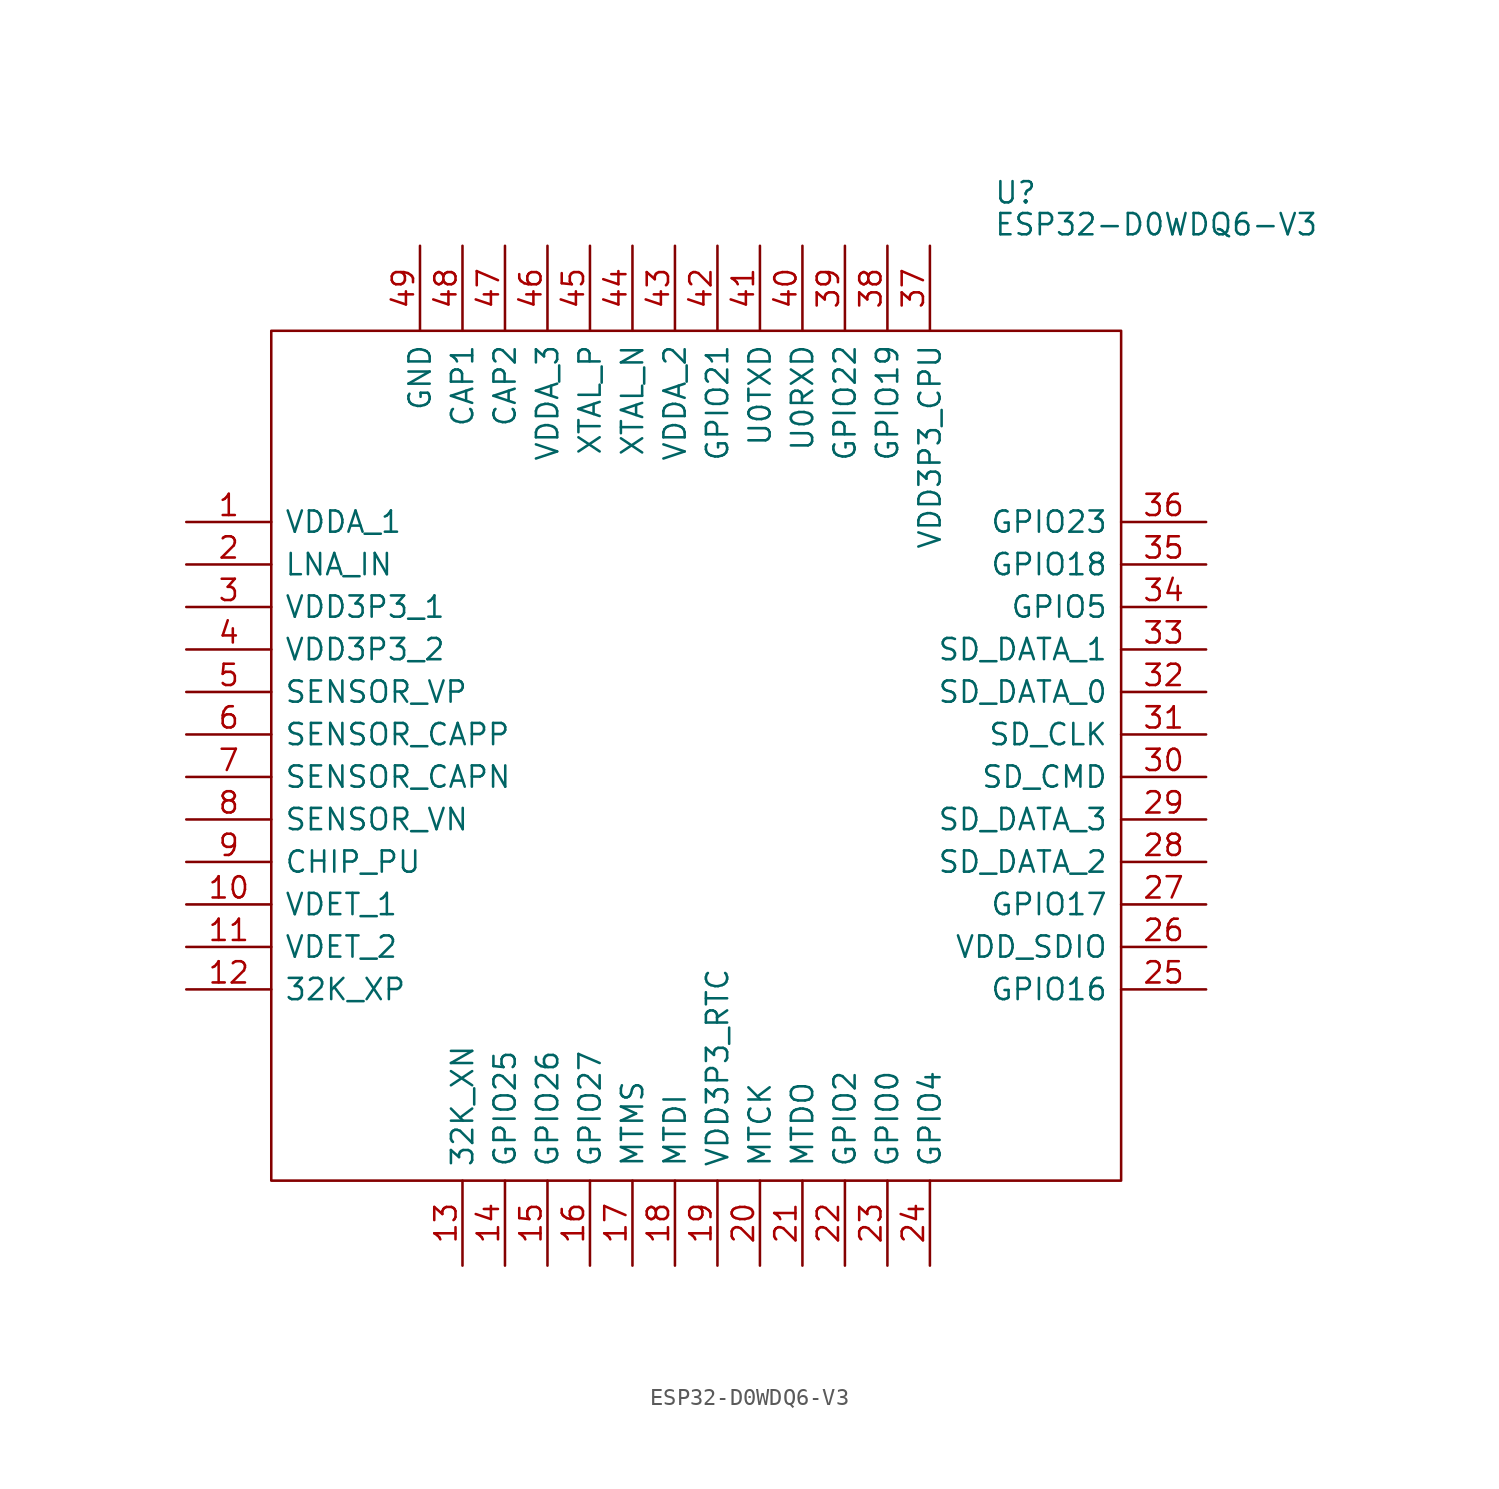
<source format=kicad_sym>
(kicad_symbol_lib
  (version 20211014)
  (generator kicad_symbol_editor)
  (symbol "ESP32-D0WDQ6-V3"
    (pin_names
      (offset 0.762))
    (property "Reference" "U"
      (at 17.78 33.655 0)
      (effects (font (size 1.27 1.27)) (justify left)))
    (property "Value" "ESP32-D0WDQ6-V3"
      (at 17.78 31.75 0)
      (effects (font (size 1.27 1.27)) (justify left)))
    (property "Symbol" ""
      (at 0 0 0)
      (effects (font (size 1.27 1.27)) (justify left)))
    (symbol "ESP32-D0WDQ6-V3_0_0"
      (pin passive line (at -30.48 13.97 0) (length 5.08) (name "VDDA_1" (effects (font (size 1.27 1.27)))) (number "1" (effects (font (size 1.27 1.27)))))
      (pin passive line (at -30.48 -8.89 0) (length 5.08) (name "VDET_1" (effects (font (size 1.27 1.27)))) (number "10" (effects (font (size 1.27 1.27)))))
      (pin passive line (at -30.48 -11.43 0) (length 5.08) (name "VDET_2" (effects (font (size 1.27 1.27)))) (number "11" (effects (font (size 1.27 1.27)))))
      (pin passive line (at -30.48 -13.97 0) (length 5.08) (name "32K_XP" (effects (font (size 1.27 1.27)))) (number "12" (effects (font (size 1.27 1.27)))))
      (pin passive line (at -13.97 -30.48 90) (length 5.08) (name "32K_XN" (effects (font (size 1.27 1.27)))) (number "13" (effects (font (size 1.27 1.27)))))
      (pin passive line (at -11.43 -30.48 90) (length 5.08) (name "GPIO25" (effects (font (size 1.27 1.27)))) (number "14" (effects (font (size 1.27 1.27)))))
      (pin passive line (at -8.89 -30.48 90) (length 5.08) (name "GPIO26" (effects (font (size 1.27 1.27)))) (number "15" (effects (font (size 1.27 1.27)))))
      (pin passive line (at -6.35 -30.48 90) (length 5.08) (name "GPIO27" (effects (font (size 1.27 1.27)))) (number "16" (effects (font (size 1.27 1.27)))))
      (pin passive line (at -3.81 -30.48 90) (length 5.08) (name "MTMS" (effects (font (size 1.27 1.27)))) (number "17" (effects (font (size 1.27 1.27)))))
      (pin passive line (at -1.27 -30.48 90) (length 5.08) (name "MTDI" (effects (font (size 1.27 1.27)))) (number "18" (effects (font (size 1.27 1.27)))))
      (pin passive line (at 1.27 -30.48 90) (length 5.08) (name "VDD3P3_RTC" (effects (font (size 1.27 1.27)))) (number "19" (effects (font (size 1.27 1.27)))))
      (pin passive line (at -30.48 11.43 0) (length 5.08) (name "LNA_IN" (effects (font (size 1.27 1.27)))) (number "2" (effects (font (size 1.27 1.27)))))
      (pin passive line (at 3.81 -30.48 90) (length 5.08) (name "MTCK" (effects (font (size 1.27 1.27)))) (number "20" (effects (font (size 1.27 1.27)))))
      (pin passive line (at 6.35 -30.48 90) (length 5.08) (name "MTDO" (effects (font (size 1.27 1.27)))) (number "21" (effects (font (size 1.27 1.27)))))
      (pin passive line (at 8.89 -30.48 90) (length 5.08) (name "GPIO2" (effects (font (size 1.27 1.27)))) (number "22" (effects (font (size 1.27 1.27)))))
      (pin passive line (at 11.43 -30.48 90) (length 5.08) (name "GPIO0" (effects (font (size 1.27 1.27)))) (number "23" (effects (font (size 1.27 1.27)))))
      (pin passive line (at 13.97 -30.48 90) (length 5.08) (name "GPIO4" (effects (font (size 1.27 1.27)))) (number "24" (effects (font (size 1.27 1.27)))))
      (pin passive line (at 30.48 -13.97 180) (length 5.08) (name "GPIO16" (effects (font (size 1.27 1.27)))) (number "25" (effects (font (size 1.27 1.27)))))
      (pin passive line (at 30.48 -11.43 180) (length 5.08) (name "VDD_SDIO" (effects (font (size 1.27 1.27)))) (number "26" (effects (font (size 1.27 1.27)))))
      (pin passive line (at 30.48 -8.89 180) (length 5.08) (name "GPIO17" (effects (font (size 1.27 1.27)))) (number "27" (effects (font (size 1.27 1.27)))))
      (pin passive line (at 30.48 -6.35 180) (length 5.08) (name "SD_DATA_2" (effects (font (size 1.27 1.27)))) (number "28" (effects (font (size 1.27 1.27)))))
      (pin passive line (at 30.48 -3.81 180) (length 5.08) (name "SD_DATA_3" (effects (font (size 1.27 1.27)))) (number "29" (effects (font (size 1.27 1.27)))))
      (pin passive line (at -30.48 8.89 0) (length 5.08) (name "VDD3P3_1" (effects (font (size 1.27 1.27)))) (number "3" (effects (font (size 1.27 1.27)))))
      (pin passive line (at 30.48 -1.27 180) (length 5.08) (name "SD_CMD" (effects (font (size 1.27 1.27)))) (number "30" (effects (font (size 1.27 1.27)))))
      (pin passive line (at 30.48 1.27 180) (length 5.08) (name "SD_CLK" (effects (font (size 1.27 1.27)))) (number "31" (effects (font (size 1.27 1.27)))))
      (pin passive line (at 30.48 3.81 180) (length 5.08) (name "SD_DATA_0" (effects (font (size 1.27 1.27)))) (number "32" (effects (font (size 1.27 1.27)))))
      (pin passive line (at 30.48 6.35 180) (length 5.08) (name "SD_DATA_1" (effects (font (size 1.27 1.27)))) (number "33" (effects (font (size 1.27 1.27)))))
      (pin passive line (at 30.48 8.89 180) (length 5.08) (name "GPIO5" (effects (font (size 1.27 1.27)))) (number "34" (effects (font (size 1.27 1.27)))))
      (pin passive line (at 30.48 11.43 180) (length 5.08) (name "GPIO18" (effects (font (size 1.27 1.27)))) (number "35" (effects (font (size 1.27 1.27)))))
      (pin passive line (at 30.48 13.97 180) (length 5.08) (name "GPIO23" (effects (font (size 1.27 1.27)))) (number "36" (effects (font (size 1.27 1.27)))))
      (pin passive line (at 13.97 30.48 270) (length 5.08) (name "VDD3P3_CPU" (effects (font (size 1.27 1.27)))) (number "37" (effects (font (size 1.27 1.27)))))
      (pin passive line (at 11.43 30.48 270) (length 5.08) (name "GPIO19" (effects (font (size 1.27 1.27)))) (number "38" (effects (font (size 1.27 1.27)))))
      (pin passive line (at 8.89 30.48 270) (length 5.08) (name "GPIO22" (effects (font (size 1.27 1.27)))) (number "39" (effects (font (size 1.27 1.27)))))
      (pin passive line (at -30.48 6.35 0) (length 5.08) (name "VDD3P3_2" (effects (font (size 1.27 1.27)))) (number "4" (effects (font (size 1.27 1.27)))))
      (pin passive line (at 6.35 30.48 270) (length 5.08) (name "U0RXD" (effects (font (size 1.27 1.27)))) (number "40" (effects (font (size 1.27 1.27)))))
      (pin passive line (at 3.81 30.48 270) (length 5.08) (name "U0TXD" (effects (font (size 1.27 1.27)))) (number "41" (effects (font (size 1.27 1.27)))))
      (pin passive line (at 1.27 30.48 270) (length 5.08) (name "GPIO21" (effects (font (size 1.27 1.27)))) (number "42" (effects (font (size 1.27 1.27)))))
      (pin passive line (at -1.27 30.48 270) (length 5.08) (name "VDDA_2" (effects (font (size 1.27 1.27)))) (number "43" (effects (font (size 1.27 1.27)))))
      (pin passive line (at -3.81 30.48 270) (length 5.08) (name "XTAL_N" (effects (font (size 1.27 1.27)))) (number "44" (effects (font (size 1.27 1.27)))))
      (pin passive line (at -6.35 30.48 270) (length 5.08) (name "XTAL_P" (effects (font (size 1.27 1.27)))) (number "45" (effects (font (size 1.27 1.27)))))
      (pin passive line (at -8.89 30.48 270) (length 5.08) (name "VDDA_3" (effects (font (size 1.27 1.27)))) (number "46" (effects (font (size 1.27 1.27)))))
      (pin passive line (at -11.43 30.48 270) (length 5.08) (name "CAP2" (effects (font (size 1.27 1.27)))) (number "47" (effects (font (size 1.27 1.27)))))
      (pin passive line (at -13.97 30.48 270) (length 5.08) (name "CAP1" (effects (font (size 1.27 1.27)))) (number "48" (effects (font (size 1.27 1.27)))))
      (pin passive line (at -16.51 30.48 270) (length 5.08) (name "GND" (effects (font (size 1.27 1.27)))) (number "49" (effects (font (size 1.27 1.27)))))
      (pin passive line (at -30.48 3.81 0) (length 5.08) (name "SENSOR_VP" (effects (font (size 1.27 1.27)))) (number "5" (effects (font (size 1.27 1.27)))))
      (pin passive line (at -30.48 1.27 0) (length 5.08) (name "SENSOR_CAPP" (effects (font (size 1.27 1.27)))) (number "6" (effects (font (size 1.27 1.27)))))
      (pin passive line (at -30.48 -1.27 0) (length 5.08) (name "SENSOR_CAPN" (effects (font (size 1.27 1.27)))) (number "7" (effects (font (size 1.27 1.27)))))
      (pin passive line (at -30.48 -3.81 0) (length 5.08) (name "SENSOR_VN" (effects (font (size 1.27 1.27)))) (number "8" (effects (font (size 1.27 1.27)))))
      (pin passive line (at -30.48 -6.35 0) (length 5.08) (name "CHIP_PU" (effects (font (size 1.27 1.27)))) (number "9" (effects (font (size 1.27 1.27))))))
    (symbol "ESP32-D0WDQ6-V3_0_1"
      (rectangle (start -25.4 25.4) (end 25.4 -25.4) (stroke (width 0) (type default) (color 0 0 0 0)) (fill (type none))))))
</source>
